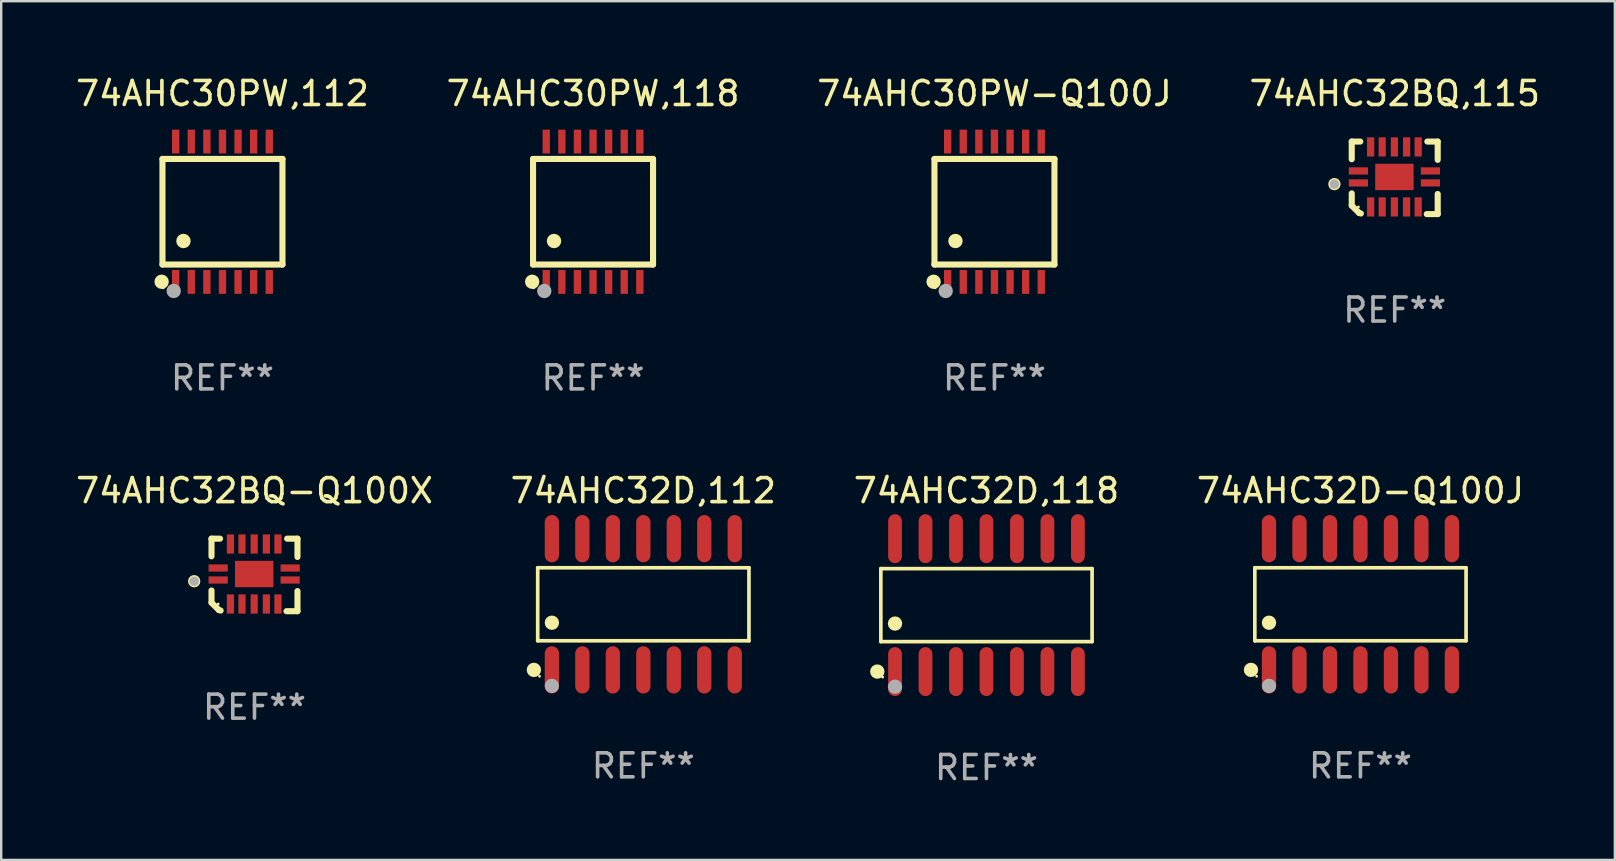
<source format=kicad_pcb>
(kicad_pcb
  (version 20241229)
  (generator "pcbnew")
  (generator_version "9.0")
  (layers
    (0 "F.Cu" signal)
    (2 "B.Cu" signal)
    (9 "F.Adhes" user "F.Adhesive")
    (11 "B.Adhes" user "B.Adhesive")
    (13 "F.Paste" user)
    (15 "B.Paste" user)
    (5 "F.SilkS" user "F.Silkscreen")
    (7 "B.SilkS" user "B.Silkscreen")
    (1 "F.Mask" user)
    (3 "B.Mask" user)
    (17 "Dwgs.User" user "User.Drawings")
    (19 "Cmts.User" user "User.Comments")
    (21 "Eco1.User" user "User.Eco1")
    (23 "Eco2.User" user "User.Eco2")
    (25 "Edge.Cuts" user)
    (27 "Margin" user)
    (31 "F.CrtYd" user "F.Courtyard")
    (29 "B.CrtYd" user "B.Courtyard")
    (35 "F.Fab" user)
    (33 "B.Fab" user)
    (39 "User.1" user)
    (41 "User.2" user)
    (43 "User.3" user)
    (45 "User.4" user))
  (footprint "74AHC32BQ,115"
    (layer "F.Cu")
    (at 55.065 4.36)
    (property "Reference" "74AHC32BQ,115" (at 0 -3.511 0) (layer "F.SilkS") (effects (font (size 1 1) (thickness 0.15))))
    (attr through_hole)
    (fp_line (start -1.791 -1.511) (end -1.435 -1.511) (stroke (width 0.254) (type solid)) (layer "F.SilkS"))
    (fp_line (start -1.791 -0.775) (end -1.791 -1.511) (stroke (width 0.254) (type solid)) (layer "F.SilkS"))
    (fp_line (start -1.791 1.156) (end -1.791 0.648) (stroke (width 0.254) (type solid)) (layer "F.SilkS"))
    (fp_line (start -1.486 1.461) (end -1.791 1.156) (stroke (width 0.254) (type solid)) (layer "F.SilkS"))
    (fp_line (start -1.41 1.486) (end -1.486 1.461) (stroke (width 0.254) (type solid)) (layer "F.SilkS"))
    (fp_line (start 1.334 1.511) (end 1.791 1.511) (stroke (width 0.254) (type solid)) (layer "F.SilkS"))
    (fp_line (start 1.791 -1.511) (end 1.359 -1.511) (stroke (width 0.254) (type solid)) (layer "F.SilkS"))
    (fp_line (start 1.791 -0.749) (end 1.791 -1.511) (stroke (width 0.254) (type solid)) (layer "F.SilkS"))
    (fp_line (start 1.791 1.511) (end 1.791 0.673) (stroke (width 0.254) (type solid)) (layer "F.SilkS"))
    (fp_circle (center -2.513 0.262) (end -2.383 0.262) (stroke (width 0.254) (type solid)) (fill no) (layer "F.SilkS"))
    (fp_circle (center -1.513 1.212) (end -1.483 1.212) (stroke (width 0.06) (type solid)) (fill no) (layer "F.SilkS"))
    (fp_circle (center -2.513 0.262) (end -2.413 0.262) (stroke (width 0.2) (type solid)) (fill no) (layer "F.Fab"))
    (fp_text user "REF**" (at 0 5.511 0) (layer "F.Fab") (effects (font (size 1 1) (thickness 0.15))))
    (pad "1" smd rect (at -1.513 0.212) (size 0.8 0.3) (layers "F.Cu" "F.Mask" "F.Paste"))
    (pad "2" smd rect (at -1.003 1.212) (size 0.3 0.8) (layers "F.Cu" "F.Mask" "F.Paste"))
    (pad "3" smd rect (at -0.521 1.212) (size 0.3 0.8) (layers "F.Cu" "F.Mask" "F.Paste"))
    (pad "4" smd rect (at -0.013 1.212) (size 0.3 0.8) (layers "F.Cu" "F.Mask" "F.Paste"))
    (pad "5" smd rect (at 0.495 1.212) (size 0.3 0.8) (layers "F.Cu" "F.Mask" "F.Paste"))
    (pad "6" smd rect (at 0.978 1.212) (size 0.3 0.8) (layers "F.Cu" "F.Mask" "F.Paste"))
    (pad "7" smd rect (at 1.487 0.212) (size 0.8 0.3) (layers "F.Cu" "F.Mask" "F.Paste"))
    (pad "8" smd rect (at 1.487 -0.288) (size 0.8 0.3) (layers "F.Cu" "F.Mask" "F.Paste"))
    (pad "9" smd rect (at 0.978 -1.288) (size 0.3 0.8) (layers "F.Cu" "F.Mask" "F.Paste"))
    (pad "10" smd rect (at 0.495 -1.288) (size 0.3 0.8) (layers "F.Cu" "F.Mask" "F.Paste"))
    (pad "11" smd rect (at -0.013 -1.288) (size 0.3 0.8) (layers "F.Cu" "F.Mask" "F.Paste"))
    (pad "12" smd rect (at -0.521 -1.288) (size 0.3 0.8) (layers "F.Cu" "F.Mask" "F.Paste"))
    (pad "13" smd rect (at -1.003 -1.288) (size 0.3 0.8) (layers "F.Cu" "F.Mask" "F.Paste"))
    (pad "14" smd rect (at -1.513 -0.288) (size 0.8 0.3) (layers "F.Cu" "F.Mask" "F.Paste"))
    (pad "15" smd rect (at -0.013 -0.038 90) (size 1.1 1.6) (layers "F.Cu" "F.Mask" "F.Paste")))
  (footprint "74AHC30PW,112"
    (layer "F.Cu")
    (at 6.22 5.773)
    (property "Reference" "74AHC30PW,112" (at 0 -4.925 0) (layer "F.SilkS") (effects (font (size 1 1) (thickness 0.15))))
    (attr through_hole)
    (fp_line (start -2.5 2.2) (end -2.5 -2.2) (stroke (width 0.254) (type solid)) (layer "F.SilkS"))
    (fp_line (start -2.5 2.2) (end 2.5 2.2) (stroke (width 0.254) (type solid)) (layer "F.SilkS"))
    (fp_line (start 2.5 -2.2) (end -2.5 -2.2) (stroke (width 0.254) (type solid)) (layer "F.SilkS"))
    (fp_line (start 2.5 -2.2) (end 2.5 2.2) (stroke (width 0.254) (type solid)) (layer "F.SilkS"))
    (fp_circle (center -2.536 2.917) (end -2.386 2.917) (stroke (width 0.3) (type solid)) (fill no) (layer "F.SilkS"))
    (fp_circle (center -2.47 3.17) (end -2.44 3.17) (stroke (width 0.06) (type solid)) (fill no) (layer "F.SilkS"))
    (fp_circle (center -1.626 1.219) (end -1.475 1.219) (stroke (width 0.3) (type solid)) (fill no) (layer "F.SilkS"))
    (fp_circle (center -2.032 3.302) (end -1.882 3.302) (stroke (width 0.3) (type solid)) (fill no) (layer "F.Fab"))
    (fp_text user "REF**" (at 0 6.925 0) (layer "F.Fab") (effects (font (size 1 1) (thickness 0.15))))
    (pad "1" smd rect (at -1.95 2.925) (size 0.305 0.991) (layers "F.Cu" "F.Mask" "F.Paste"))
    (pad "2" smd rect (at -1.3 2.925) (size 0.305 0.991) (layers "F.Cu" "F.Mask" "F.Paste"))
    (pad "3" smd rect (at -0.65 2.925) (size 0.305 0.991) (layers "F.Cu" "F.Mask" "F.Paste"))
    (pad "4" smd rect (at 0 2.925) (size 0.305 0.991) (layers "F.Cu" "F.Mask" "F.Paste"))
    (pad "5" smd rect (at 0.65 2.925) (size 0.305 0.991) (layers "F.Cu" "F.Mask" "F.Paste"))
    (pad "6" smd rect (at 1.3 2.925) (size 0.305 0.991) (layers "F.Cu" "F.Mask" "F.Paste"))
    (pad "7" smd rect (at 1.95 2.925) (size 0.305 0.991) (layers "F.Cu" "F.Mask" "F.Paste"))
    (pad "8" smd rect (at 1.95 -2.925) (size 0.305 0.991) (layers "F.Cu" "F.Mask" "F.Paste"))
    (pad "9" smd rect (at 1.3 -2.925) (size 0.305 0.991) (layers "F.Cu" "F.Mask" "F.Paste"))
    (pad "10" smd rect (at 0.65 -2.925) (size 0.305 0.991) (layers "F.Cu" "F.Mask" "F.Paste"))
    (pad "11" smd rect (at 0 -2.925) (size 0.305 0.991) (layers "F.Cu" "F.Mask" "F.Paste"))
    (pad "12" smd rect (at -0.65 -2.925) (size 0.305 0.991) (layers "F.Cu" "F.Mask" "F.Paste"))
    (pad "13" smd rect (at -1.3 -2.925) (size 0.305 0.991) (layers "F.Cu" "F.Mask" "F.Paste"))
    (pad "14" smd rect (at -1.95 -2.925) (size 0.305 0.991) (layers "F.Cu" "F.Mask" "F.Paste")))
  (footprint "74AHC32D,118"
    (layer "F.Cu")
    (at 38.054 22.164)
    (property "Reference" "74AHC32D,118" (at 0 -4.769 0) (layer "F.SilkS") (effects (font (size 1 1) (thickness 0.15))))
    (attr through_hole)
    (fp_line (start -4.401 -1.521) (end 4.401 -1.521) (stroke (width 0.152) (type solid)) (layer "F.SilkS"))
    (fp_line (start -4.401 1.521) (end -4.401 -1.521) (stroke (width 0.152) (type solid)) (layer "F.SilkS"))
    (fp_line (start 4.401 -1.521) (end 4.401 1.521) (stroke (width 0.152) (type solid)) (layer "F.SilkS"))
    (fp_line (start 4.401 1.521) (end -4.401 1.521) (stroke (width 0.152) (type solid)) (layer "F.SilkS"))
    (fp_circle (center -4.549 2.769) (end -4.399 2.769) (stroke (width 0.3) (type solid)) (fill no) (layer "F.SilkS"))
    (fp_circle (center -4.325 3) (end -4.295 3) (stroke (width 0.06) (type solid)) (fill no) (layer "F.SilkS"))
    (fp_circle (center -3.81 0.769) (end -3.66 0.769) (stroke (width 0.3) (type solid)) (fill no) (layer "F.SilkS"))
    (fp_circle (center -3.81 3.4) (end -3.66 3.4) (stroke (width 0.3) (type solid)) (fill no) (layer "F.Fab"))
    (fp_text user "REF**" (at 0 6.769 0) (layer "F.Fab") (effects (font (size 1 1) (thickness 0.15))))
    (pad "1" smd oval (at -3.81 2.769) (size 0.574 2.038) (layers "F.Cu" "F.Mask" "F.Paste"))
    (pad "2" smd oval (at -2.54 2.769) (size 0.574 2.038) (layers "F.Cu" "F.Mask" "F.Paste"))
    (pad "3" smd oval (at -1.27 2.769) (size 0.574 2.038) (layers "F.Cu" "F.Mask" "F.Paste"))
    (pad "4" smd oval (at 0 2.769) (size 0.574 2.038) (layers "F.Cu" "F.Mask" "F.Paste"))
    (pad "5" smd oval (at 1.27 2.769) (size 0.574 2.038) (layers "F.Cu" "F.Mask" "F.Paste"))
    (pad "6" smd oval (at 2.54 2.769) (size 0.574 2.038) (layers "F.Cu" "F.Mask" "F.Paste"))
    (pad "7" smd oval (at 3.81 2.769) (size 0.574 2.038) (layers "F.Cu" "F.Mask" "F.Paste"))
    (pad "8" smd oval (at 3.81 -2.769) (size 0.574 2.038) (layers "F.Cu" "F.Mask" "F.Paste"))
    (pad "9" smd oval (at 2.54 -2.769) (size 0.574 2.038) (layers "F.Cu" "F.Mask" "F.Paste"))
    (pad "10" smd oval (at 1.27 -2.769) (size 0.574 2.038) (layers "F.Cu" "F.Mask" "F.Paste"))
    (pad "11" smd oval (at 0 -2.769) (size 0.574 2.038) (layers "F.Cu" "F.Mask" "F.Paste"))
    (pad "12" smd oval (at -1.27 -2.769) (size 0.574 2.038) (layers "F.Cu" "F.Mask" "F.Paste"))
    (pad "13" smd oval (at -2.54 -2.769) (size 0.574 2.038) (layers "F.Cu" "F.Mask" "F.Paste"))
    (pad "14" smd oval (at -3.81 -2.769) (size 0.574 2.038) (layers "F.Cu" "F.Mask" "F.Paste")))
  (footprint "74AHC30PW,118"
    (layer "F.Cu")
    (at 21.661 5.773)
    (property "Reference" "74AHC30PW,118" (at 0 -4.925 0) (layer "F.SilkS") (effects (font (size 1 1) (thickness 0.15))))
    (attr through_hole)
    (fp_line (start -2.5 2.2) (end -2.5 -2.2) (stroke (width 0.254) (type solid)) (layer "F.SilkS"))
    (fp_line (start -2.5 2.2) (end 2.5 2.2) (stroke (width 0.254) (type solid)) (layer "F.SilkS"))
    (fp_line (start 2.5 -2.2) (end -2.5 -2.2) (stroke (width 0.254) (type solid)) (layer "F.SilkS"))
    (fp_line (start 2.5 -2.2) (end 2.5 2.2) (stroke (width 0.254) (type solid)) (layer "F.SilkS"))
    (fp_circle (center -2.536 2.917) (end -2.386 2.917) (stroke (width 0.3) (type solid)) (fill no) (layer "F.SilkS"))
    (fp_circle (center -2.47 3.17) (end -2.44 3.17) (stroke (width 0.06) (type solid)) (fill no) (layer "F.SilkS"))
    (fp_circle (center -1.626 1.219) (end -1.475 1.219) (stroke (width 0.3) (type solid)) (fill no) (layer "F.SilkS"))
    (fp_circle (center -2.032 3.302) (end -1.882 3.302) (stroke (width 0.3) (type solid)) (fill no) (layer "F.Fab"))
    (fp_text user "REF**" (at 0 6.925 0) (layer "F.Fab") (effects (font (size 1 1) (thickness 0.15))))
    (pad "1" smd rect (at -1.95 2.925) (size 0.305 0.991) (layers "F.Cu" "F.Mask" "F.Paste"))
    (pad "2" smd rect (at -1.3 2.925) (size 0.305 0.991) (layers "F.Cu" "F.Mask" "F.Paste"))
    (pad "3" smd rect (at -0.65 2.925) (size 0.305 0.991) (layers "F.Cu" "F.Mask" "F.Paste"))
    (pad "4" smd rect (at 0 2.925) (size 0.305 0.991) (layers "F.Cu" "F.Mask" "F.Paste"))
    (pad "5" smd rect (at 0.65 2.925) (size 0.305 0.991) (layers "F.Cu" "F.Mask" "F.Paste"))
    (pad "6" smd rect (at 1.3 2.925) (size 0.305 0.991) (layers "F.Cu" "F.Mask" "F.Paste"))
    (pad "7" smd rect (at 1.95 2.925) (size 0.305 0.991) (layers "F.Cu" "F.Mask" "F.Paste"))
    (pad "8" smd rect (at 1.95 -2.925) (size 0.305 0.991) (layers "F.Cu" "F.Mask" "F.Paste"))
    (pad "9" smd rect (at 1.3 -2.925) (size 0.305 0.991) (layers "F.Cu" "F.Mask" "F.Paste"))
    (pad "10" smd rect (at 0.65 -2.925) (size 0.305 0.991) (layers "F.Cu" "F.Mask" "F.Paste"))
    (pad "11" smd rect (at 0 -2.925) (size 0.305 0.991) (layers "F.Cu" "F.Mask" "F.Paste"))
    (pad "12" smd rect (at -0.65 -2.925) (size 0.305 0.991) (layers "F.Cu" "F.Mask" "F.Paste"))
    (pad "13" smd rect (at -1.3 -2.925) (size 0.305 0.991) (layers "F.Cu" "F.Mask" "F.Paste"))
    (pad "14" smd rect (at -1.95 -2.925) (size 0.305 0.991) (layers "F.Cu" "F.Mask" "F.Paste")))
  (footprint "74AHC32D,112"
    (layer "F.Cu")
    (at 23.756 22.129)
    (property "Reference" "74AHC32D,112" (at 0 -4.734 0) (layer "F.SilkS") (effects (font (size 1 1) (thickness 0.15))))
    (attr through_hole)
    (fp_line (start -4.401 -1.521) (end 4.401 -1.521) (stroke (width 0.152) (type solid)) (layer "F.SilkS"))
    (fp_line (start -4.401 1.521) (end -4.401 -1.521) (stroke (width 0.152) (type solid)) (layer "F.SilkS"))
    (fp_line (start 4.401 -1.521) (end 4.401 1.521) (stroke (width 0.152) (type solid)) (layer "F.SilkS"))
    (fp_line (start 4.401 1.521) (end -4.401 1.521) (stroke (width 0.152) (type solid)) (layer "F.SilkS"))
    (fp_circle (center -4.56 2.734) (end -4.41 2.734) (stroke (width 0.3) (type solid)) (fill no) (layer "F.SilkS"))
    (fp_circle (center -4.325 3) (end -4.295 3) (stroke (width 0.06) (type solid)) (fill no) (layer "F.SilkS"))
    (fp_circle (center -3.81 0.769) (end -3.66 0.769) (stroke (width 0.3) (type solid)) (fill no) (layer "F.SilkS"))
    (fp_circle (center -3.81 3.4) (end -3.66 3.4) (stroke (width 0.3) (type solid)) (fill no) (layer "F.Fab"))
    (fp_text user "REF**" (at 0 6.734 0) (layer "F.Fab") (effects (font (size 1 1) (thickness 0.15))))
    (pad "1" smd oval (at -3.81 2.734) (size 0.595 1.968) (layers "F.Cu" "F.Mask" "F.Paste"))
    (pad "2" smd oval (at -2.54 2.734) (size 0.595 1.968) (layers "F.Cu" "F.Mask" "F.Paste"))
    (pad "3" smd oval (at -1.27 2.734) (size 0.595 1.968) (layers "F.Cu" "F.Mask" "F.Paste"))
    (pad "4" smd oval (at 0 2.734) (size 0.595 1.968) (layers "F.Cu" "F.Mask" "F.Paste"))
    (pad "5" smd oval (at 1.27 2.734) (size 0.595 1.968) (layers "F.Cu" "F.Mask" "F.Paste"))
    (pad "6" smd oval (at 2.54 2.734) (size 0.595 1.968) (layers "F.Cu" "F.Mask" "F.Paste"))
    (pad "7" smd oval (at 3.81 2.734) (size 0.595 1.968) (layers "F.Cu" "F.Mask" "F.Paste"))
    (pad "8" smd oval (at 3.81 -2.734) (size 0.595 1.968) (layers "F.Cu" "F.Mask" "F.Paste"))
    (pad "9" smd oval (at 2.54 -2.734) (size 0.595 1.968) (layers "F.Cu" "F.Mask" "F.Paste"))
    (pad "10" smd oval (at 1.27 -2.734) (size 0.595 1.968) (layers "F.Cu" "F.Mask" "F.Paste"))
    (pad "11" smd oval (at 0 -2.734) (size 0.595 1.968) (layers "F.Cu" "F.Mask" "F.Paste"))
    (pad "12" smd oval (at -1.27 -2.734) (size 0.595 1.968) (layers "F.Cu" "F.Mask" "F.Paste"))
    (pad "13" smd oval (at -2.54 -2.734) (size 0.595 1.968) (layers "F.Cu" "F.Mask" "F.Paste"))
    (pad "14" smd oval (at -3.81 -2.734) (size 0.595 1.968) (layers "F.Cu" "F.Mask" "F.Paste")))
  (footprint "74AHC32D-Q100J"
    (layer "F.Cu")
    (at 53.637 22.129)
    (property "Reference" "74AHC32D-Q100J" (at 0 -4.734 0) (layer "F.SilkS") (effects (font (size 1 1) (thickness 0.15))))
    (attr through_hole)
    (fp_line (start -4.401 -1.521) (end 4.401 -1.521) (stroke (width 0.152) (type solid)) (layer "F.SilkS"))
    (fp_line (start -4.401 1.521) (end -4.401 -1.521) (stroke (width 0.152) (type solid)) (layer "F.SilkS"))
    (fp_line (start 4.401 -1.521) (end 4.401 1.521) (stroke (width 0.152) (type solid)) (layer "F.SilkS"))
    (fp_line (start 4.401 1.521) (end -4.401 1.521) (stroke (width 0.152) (type solid)) (layer "F.SilkS"))
    (fp_circle (center -4.56 2.734) (end -4.41 2.734) (stroke (width 0.3) (type solid)) (fill no) (layer "F.SilkS"))
    (fp_circle (center -4.325 3) (end -4.295 3) (stroke (width 0.06) (type solid)) (fill no) (layer "F.SilkS"))
    (fp_circle (center -3.81 0.769) (end -3.66 0.769) (stroke (width 0.3) (type solid)) (fill no) (layer "F.SilkS"))
    (fp_circle (center -3.81 3.4) (end -3.66 3.4) (stroke (width 0.3) (type solid)) (fill no) (layer "F.Fab"))
    (fp_text user "REF**" (at 0 6.734 0) (layer "F.Fab") (effects (font (size 1 1) (thickness 0.15))))
    (pad "1" smd oval (at -3.81 2.734) (size 0.595 1.968) (layers "F.Cu" "F.Mask" "F.Paste"))
    (pad "2" smd oval (at -2.54 2.734) (size 0.595 1.968) (layers "F.Cu" "F.Mask" "F.Paste"))
    (pad "3" smd oval (at -1.27 2.734) (size 0.595 1.968) (layers "F.Cu" "F.Mask" "F.Paste"))
    (pad "4" smd oval (at 0 2.734) (size 0.595 1.968) (layers "F.Cu" "F.Mask" "F.Paste"))
    (pad "5" smd oval (at 1.27 2.734) (size 0.595 1.968) (layers "F.Cu" "F.Mask" "F.Paste"))
    (pad "6" smd oval (at 2.54 2.734) (size 0.595 1.968) (layers "F.Cu" "F.Mask" "F.Paste"))
    (pad "7" smd oval (at 3.81 2.734) (size 0.595 1.968) (layers "F.Cu" "F.Mask" "F.Paste"))
    (pad "8" smd oval (at 3.81 -2.734) (size 0.595 1.968) (layers "F.Cu" "F.Mask" "F.Paste"))
    (pad "9" smd oval (at 2.54 -2.734) (size 0.595 1.968) (layers "F.Cu" "F.Mask" "F.Paste"))
    (pad "10" smd oval (at 1.27 -2.734) (size 0.595 1.968) (layers "F.Cu" "F.Mask" "F.Paste"))
    (pad "11" smd oval (at 0 -2.734) (size 0.595 1.968) (layers "F.Cu" "F.Mask" "F.Paste"))
    (pad "12" smd oval (at -1.27 -2.734) (size 0.595 1.968) (layers "F.Cu" "F.Mask" "F.Paste"))
    (pad "13" smd oval (at -2.54 -2.734) (size 0.595 1.968) (layers "F.Cu" "F.Mask" "F.Paste"))
    (pad "14" smd oval (at -3.81 -2.734) (size 0.595 1.968) (layers "F.Cu" "F.Mask" "F.Paste")))
  (footprint "74AHC30PW-Q100J"
    (layer "F.Cu")
    (at 38.387 5.773)
    (property "Reference" "74AHC30PW-Q100J" (at 0 -4.925 0) (layer "F.SilkS") (effects (font (size 1 1) (thickness 0.15))))
    (attr through_hole)
    (fp_line (start -2.5 2.2) (end -2.5 -2.2) (stroke (width 0.254) (type solid)) (layer "F.SilkS"))
    (fp_line (start -2.5 2.2) (end 2.5 2.2) (stroke (width 0.254) (type solid)) (layer "F.SilkS"))
    (fp_line (start 2.5 -2.2) (end -2.5 -2.2) (stroke (width 0.254) (type solid)) (layer "F.SilkS"))
    (fp_line (start 2.5 -2.2) (end 2.5 2.2) (stroke (width 0.254) (type solid)) (layer "F.SilkS"))
    (fp_circle (center -2.536 2.917) (end -2.386 2.917) (stroke (width 0.3) (type solid)) (fill no) (layer "F.SilkS"))
    (fp_circle (center -2.47 3.17) (end -2.44 3.17) (stroke (width 0.06) (type solid)) (fill no) (layer "F.SilkS"))
    (fp_circle (center -1.626 1.219) (end -1.475 1.219) (stroke (width 0.3) (type solid)) (fill no) (layer "F.SilkS"))
    (fp_circle (center -2.032 3.302) (end -1.882 3.302) (stroke (width 0.3) (type solid)) (fill no) (layer "F.Fab"))
    (fp_text user "REF**" (at 0 6.925 0) (layer "F.Fab") (effects (font (size 1 1) (thickness 0.15))))
    (pad "1" smd rect (at -1.95 2.925) (size 0.305 0.991) (layers "F.Cu" "F.Mask" "F.Paste"))
    (pad "2" smd rect (at -1.3 2.925) (size 0.305 0.991) (layers "F.Cu" "F.Mask" "F.Paste"))
    (pad "3" smd rect (at -0.65 2.925) (size 0.305 0.991) (layers "F.Cu" "F.Mask" "F.Paste"))
    (pad "4" smd rect (at 0 2.925) (size 0.305 0.991) (layers "F.Cu" "F.Mask" "F.Paste"))
    (pad "5" smd rect (at 0.65 2.925) (size 0.305 0.991) (layers "F.Cu" "F.Mask" "F.Paste"))
    (pad "6" smd rect (at 1.3 2.925) (size 0.305 0.991) (layers "F.Cu" "F.Mask" "F.Paste"))
    (pad "7" smd rect (at 1.95 2.925) (size 0.305 0.991) (layers "F.Cu" "F.Mask" "F.Paste"))
    (pad "8" smd rect (at 1.95 -2.925) (size 0.305 0.991) (layers "F.Cu" "F.Mask" "F.Paste"))
    (pad "9" smd rect (at 1.3 -2.925) (size 0.305 0.991) (layers "F.Cu" "F.Mask" "F.Paste"))
    (pad "10" smd rect (at 0.65 -2.925) (size 0.305 0.991) (layers "F.Cu" "F.Mask" "F.Paste"))
    (pad "11" smd rect (at 0 -2.925) (size 0.305 0.991) (layers "F.Cu" "F.Mask" "F.Paste"))
    (pad "12" smd rect (at -0.65 -2.925) (size 0.305 0.991) (layers "F.Cu" "F.Mask" "F.Paste"))
    (pad "13" smd rect (at -1.3 -2.925) (size 0.305 0.991) (layers "F.Cu" "F.Mask" "F.Paste"))
    (pad "14" smd rect (at -1.95 -2.925) (size 0.305 0.991) (layers "F.Cu" "F.Mask" "F.Paste")))
  (footprint "74AHC32BQ-Q100X"
    (layer "F.Cu")
    (at 7.554 20.906)
    (property "Reference" "74AHC32BQ-Q100X" (at 0 -3.511 0) (layer "F.SilkS") (effects (font (size 1 1) (thickness 0.15))))
    (attr through_hole)
    (fp_line (start -1.791 -1.511) (end -1.435 -1.511) (stroke (width 0.254) (type solid)) (layer "F.SilkS"))
    (fp_line (start -1.791 -0.775) (end -1.791 -1.511) (stroke (width 0.254) (type solid)) (layer "F.SilkS"))
    (fp_line (start -1.791 1.156) (end -1.791 0.648) (stroke (width 0.254) (type solid)) (layer "F.SilkS"))
    (fp_line (start -1.486 1.461) (end -1.791 1.156) (stroke (width 0.254) (type solid)) (layer "F.SilkS"))
    (fp_line (start -1.41 1.486) (end -1.486 1.461) (stroke (width 0.254) (type solid)) (layer "F.SilkS"))
    (fp_line (start 1.334 1.511) (end 1.791 1.511) (stroke (width 0.254) (type solid)) (layer "F.SilkS"))
    (fp_line (start 1.791 -1.511) (end 1.359 -1.511) (stroke (width 0.254) (type solid)) (layer "F.SilkS"))
    (fp_line (start 1.791 -0.749) (end 1.791 -1.511) (stroke (width 0.254) (type solid)) (layer "F.SilkS"))
    (fp_line (start 1.791 1.511) (end 1.791 0.673) (stroke (width 0.254) (type solid)) (layer "F.SilkS"))
    (fp_circle (center -2.513 0.262) (end -2.383 0.262) (stroke (width 0.254) (type solid)) (fill no) (layer "F.SilkS"))
    (fp_circle (center -1.513 1.212) (end -1.483 1.212) (stroke (width 0.06) (type solid)) (fill no) (layer "F.SilkS"))
    (fp_circle (center -2.513 0.262) (end -2.413 0.262) (stroke (width 0.2) (type solid)) (fill no) (layer "F.Fab"))
    (fp_text user "REF**" (at 0 5.511 0) (layer "F.Fab") (effects (font (size 1 1) (thickness 0.15))))
    (pad "1" smd rect (at -1.513 0.212) (size 0.8 0.3) (layers "F.Cu" "F.Mask" "F.Paste"))
    (pad "2" smd rect (at -1.003 1.212) (size 0.3 0.8) (layers "F.Cu" "F.Mask" "F.Paste"))
    (pad "3" smd rect (at -0.521 1.212) (size 0.3 0.8) (layers "F.Cu" "F.Mask" "F.Paste"))
    (pad "4" smd rect (at -0.013 1.212) (size 0.3 0.8) (layers "F.Cu" "F.Mask" "F.Paste"))
    (pad "5" smd rect (at 0.495 1.212) (size 0.3 0.8) (layers "F.Cu" "F.Mask" "F.Paste"))
    (pad "6" smd rect (at 0.978 1.212) (size 0.3 0.8) (layers "F.Cu" "F.Mask" "F.Paste"))
    (pad "7" smd rect (at 1.487 0.212) (size 0.8 0.3) (layers "F.Cu" "F.Mask" "F.Paste"))
    (pad "8" smd rect (at 1.487 -0.288) (size 0.8 0.3) (layers "F.Cu" "F.Mask" "F.Paste"))
    (pad "9" smd rect (at 0.978 -1.288) (size 0.3 0.8) (layers "F.Cu" "F.Mask" "F.Paste"))
    (pad "10" smd rect (at 0.495 -1.288) (size 0.3 0.8) (layers "F.Cu" "F.Mask" "F.Paste"))
    (pad "11" smd rect (at -0.013 -1.288) (size 0.3 0.8) (layers "F.Cu" "F.Mask" "F.Paste"))
    (pad "12" smd rect (at -0.521 -1.288) (size 0.3 0.8) (layers "F.Cu" "F.Mask" "F.Paste"))
    (pad "13" smd rect (at -1.003 -1.288) (size 0.3 0.8) (layers "F.Cu" "F.Mask" "F.Paste"))
    (pad "14" smd rect (at -1.513 -0.288) (size 0.8 0.3) (layers "F.Cu" "F.Mask" "F.Paste"))
    (pad "15" smd rect (at -0.013 -0.038 90) (size 1.1 1.6) (layers "F.Cu" "F.Mask" "F.Paste")))
  (gr_rect
    (start -3 -3)
    (end 64.238 32.781)
    (stroke (width 0.1) (type default))
    (fill no)
    (layer "Edge.Cuts")))
</source>
